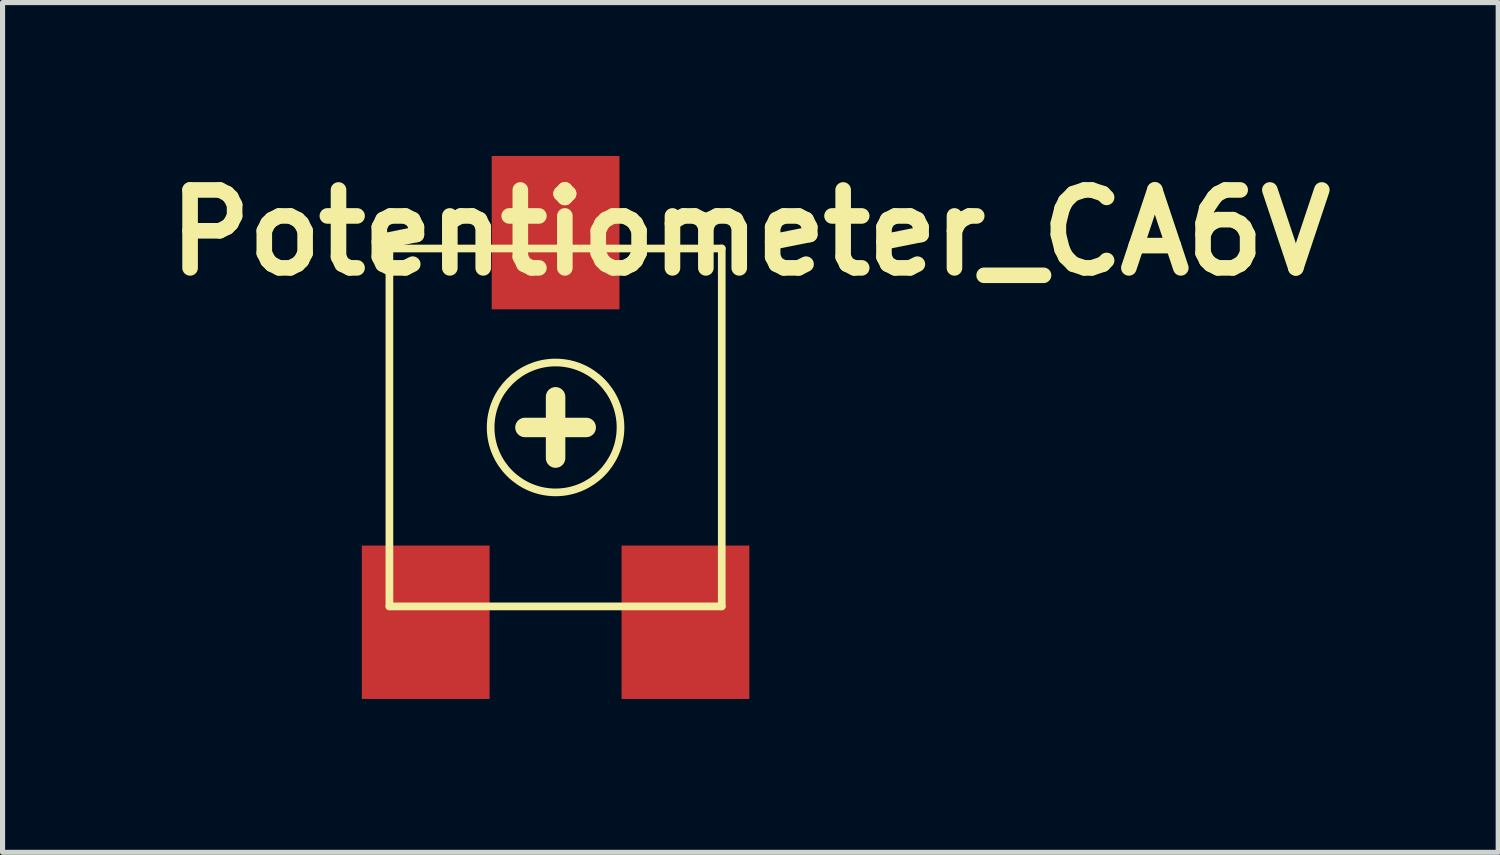
<source format=kicad_pcb>
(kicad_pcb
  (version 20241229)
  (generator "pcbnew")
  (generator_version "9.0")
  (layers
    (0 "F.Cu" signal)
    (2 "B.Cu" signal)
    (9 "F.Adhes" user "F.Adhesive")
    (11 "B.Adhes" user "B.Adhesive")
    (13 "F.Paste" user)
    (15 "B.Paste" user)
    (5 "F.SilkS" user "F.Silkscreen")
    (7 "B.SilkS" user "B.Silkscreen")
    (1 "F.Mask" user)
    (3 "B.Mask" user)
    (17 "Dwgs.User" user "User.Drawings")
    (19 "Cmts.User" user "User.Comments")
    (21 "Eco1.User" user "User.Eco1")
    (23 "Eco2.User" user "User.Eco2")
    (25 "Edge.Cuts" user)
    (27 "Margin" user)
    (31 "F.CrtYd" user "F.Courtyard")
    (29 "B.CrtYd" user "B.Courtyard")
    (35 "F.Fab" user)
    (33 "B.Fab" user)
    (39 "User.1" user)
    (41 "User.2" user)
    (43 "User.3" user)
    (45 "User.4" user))
  (footprint "Potentiometer_CA6V"
    (layer "F.Cu")
    (at 7.816 5.31)
    (property "Reference" "Potentiometer_CA6V" (at 3.81 -3.81 0) (layer "F.SilkS") (effects (font (size 1.524 1.524) (thickness 0.305))))
    (attr through_hole)
    (fp_line (start -3.25 -3.5) (end 3.25 -3.5) (stroke (width 0.15) (type solid)) (layer "F.SilkS"))
    (fp_line (start -3.25 3.5) (end -3.25 -3.5) (stroke (width 0.15) (type solid)) (layer "F.SilkS"))
    (fp_line (start 0 -0.599) (end 0 0.599) (stroke (width 0.381) (type solid)) (layer "F.SilkS"))
    (fp_line (start 0.599 0) (end -0.599 0) (stroke (width 0.381) (type solid)) (layer "F.SilkS"))
    (fp_line (start 3.25 -3.5) (end 3.25 3.5) (stroke (width 0.15) (type solid)) (layer "F.SilkS"))
    (fp_line (start 3.25 3.5) (end -3.25 3.5) (stroke (width 0.15) (type solid)) (layer "F.SilkS"))
    (fp_circle (center 0 0) (end 1.27 0) (stroke (width 0.15) (type solid)) (fill no) (layer "F.SilkS"))
    (pad "1" smd rect (at -2.54 3.81) (size 2.499 3) (layers "F.Cu" "F.Mask" "F.Paste"))
    (pad "2" smd rect (at 0 -3.81) (size 2.499 3) (layers "F.Cu" "F.Mask" "F.Paste"))
    (pad "3" smd rect (at 2.54 3.81) (size 2.499 3) (layers "F.Cu" "F.Mask" "F.Paste")))
  (gr_rect
    (start -3 -3)
    (end 26.252 13.62)
    (stroke (width 0.1) (type default))
    (fill no)
    (layer "Edge.Cuts")))
</source>
